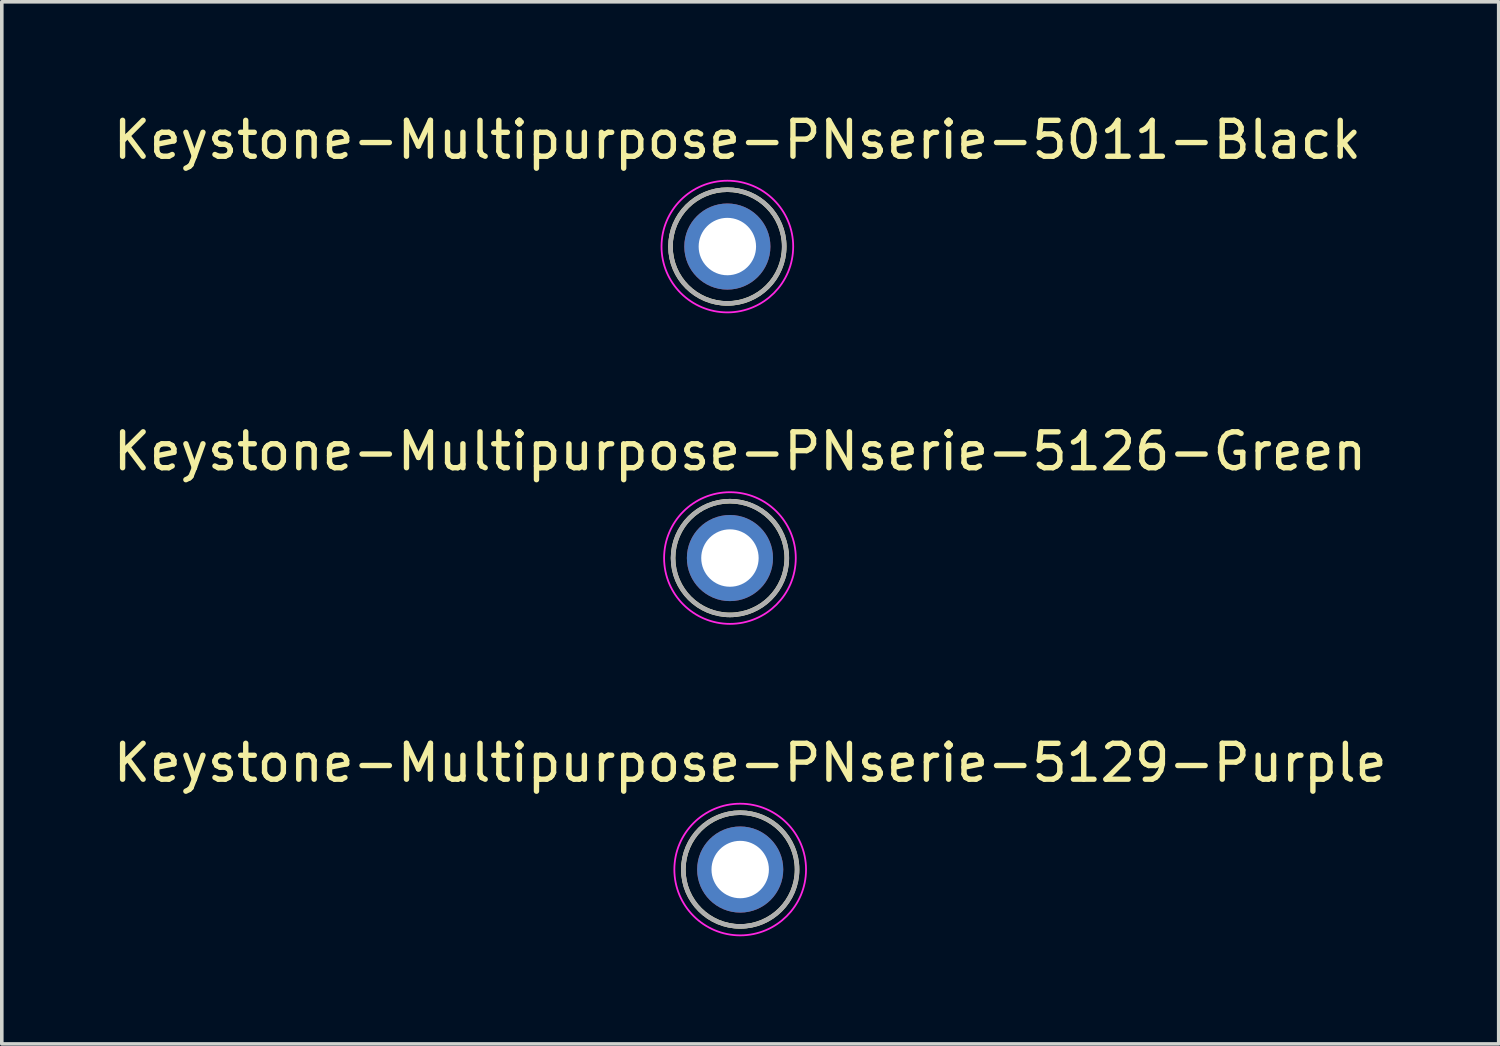
<source format=kicad_pcb>
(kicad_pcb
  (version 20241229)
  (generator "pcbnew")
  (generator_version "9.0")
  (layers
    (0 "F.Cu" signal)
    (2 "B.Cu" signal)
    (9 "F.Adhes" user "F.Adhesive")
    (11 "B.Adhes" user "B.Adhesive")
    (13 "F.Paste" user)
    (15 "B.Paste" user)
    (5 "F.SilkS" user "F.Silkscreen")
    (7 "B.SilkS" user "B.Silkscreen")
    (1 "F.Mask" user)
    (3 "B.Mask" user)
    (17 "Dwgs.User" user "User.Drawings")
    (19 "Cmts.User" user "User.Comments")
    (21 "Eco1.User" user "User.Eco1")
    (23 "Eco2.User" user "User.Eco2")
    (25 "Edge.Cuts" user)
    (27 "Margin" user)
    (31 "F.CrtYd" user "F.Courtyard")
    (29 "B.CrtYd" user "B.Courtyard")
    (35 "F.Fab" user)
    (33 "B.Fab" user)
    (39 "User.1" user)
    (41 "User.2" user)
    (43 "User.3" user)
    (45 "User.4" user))
  (footprint "Keystone-Multipurpose-PNserie-5126-Green"
    (layer "F.Cu")
    (at 17.295 12.504)
    (property "Reference" "Keystone-Multipurpose-PNserie-5126-Green" (at 0.28 -2.973 0) (layer "F.SilkS") (effects (font (size 1.001 1.001) (thickness 0.15))))
    (attr through_hole)
    (fp_circle (center 0 0) (end 1.585 0) (stroke (width 0.127) (type solid)) (fill no) (layer "F.SilkS"))
    (fp_circle (center 0 0) (end 1.835 0) (stroke (width 0.05) (type solid)) (fill no) (layer "F.CrtYd"))
    (fp_circle (center 0 0) (end 1.585 0) (stroke (width 0.127) (type solid)) (fill no) (layer "F.Fab"))
    (pad "TP" thru_hole circle (at 0 0) (size 2.4 2.4) (drill 1.6) (layers "*.Cu" "*.Mask")))
  (footprint "Keystone-Multipurpose-PNserie-5011-Black"
    (layer "F.Cu")
    (at 17.223 3.822)
    (property "Reference" "Keystone-Multipurpose-PNserie-5011-Black" (at 0.28 -2.973 0) (layer "F.SilkS") (effects (font (size 1.001 1.001) (thickness 0.15))))
    (attr through_hole)
    (fp_circle (center 0 0) (end 1.585 0) (stroke (width 0.127) (type solid)) (fill no) (layer "F.SilkS"))
    (fp_circle (center 0 0) (end 1.835 0) (stroke (width 0.05) (type solid)) (fill no) (layer "F.CrtYd"))
    (fp_circle (center 0 0) (end 1.585 0) (stroke (width 0.127) (type solid)) (fill no) (layer "F.Fab"))
    (pad "TP" thru_hole circle (at 0 0) (size 2.4 2.4) (drill 1.6) (layers "*.Cu" "*.Mask")))
  (footprint "Keystone-Multipurpose-PNserie-5129-Purple"
    (layer "F.Cu")
    (at 17.581 21.186)
    (property "Reference" "Keystone-Multipurpose-PNserie-5129-Purple" (at 0.28 -2.973 0) (layer "F.SilkS") (effects (font (size 1.001 1.001) (thickness 0.15))))
    (attr through_hole)
    (fp_circle (center 0 0) (end 1.585 0) (stroke (width 0.127) (type solid)) (fill no) (layer "F.SilkS"))
    (fp_circle (center 0 0) (end 1.835 0) (stroke (width 0.05) (type solid)) (fill no) (layer "F.CrtYd"))
    (fp_circle (center 0 0) (end 1.585 0) (stroke (width 0.127) (type solid)) (fill no) (layer "F.Fab"))
    (pad "TP" thru_hole circle (at 0 0) (size 2.4 2.4) (drill 1.6) (layers "*.Cu" "*.Mask")))
  (gr_rect
    (start -3 -3)
    (end 38.722 26.046)
    (stroke (width 0.1) (type default))
    (fill no)
    (layer "Edge.Cuts")))
</source>
